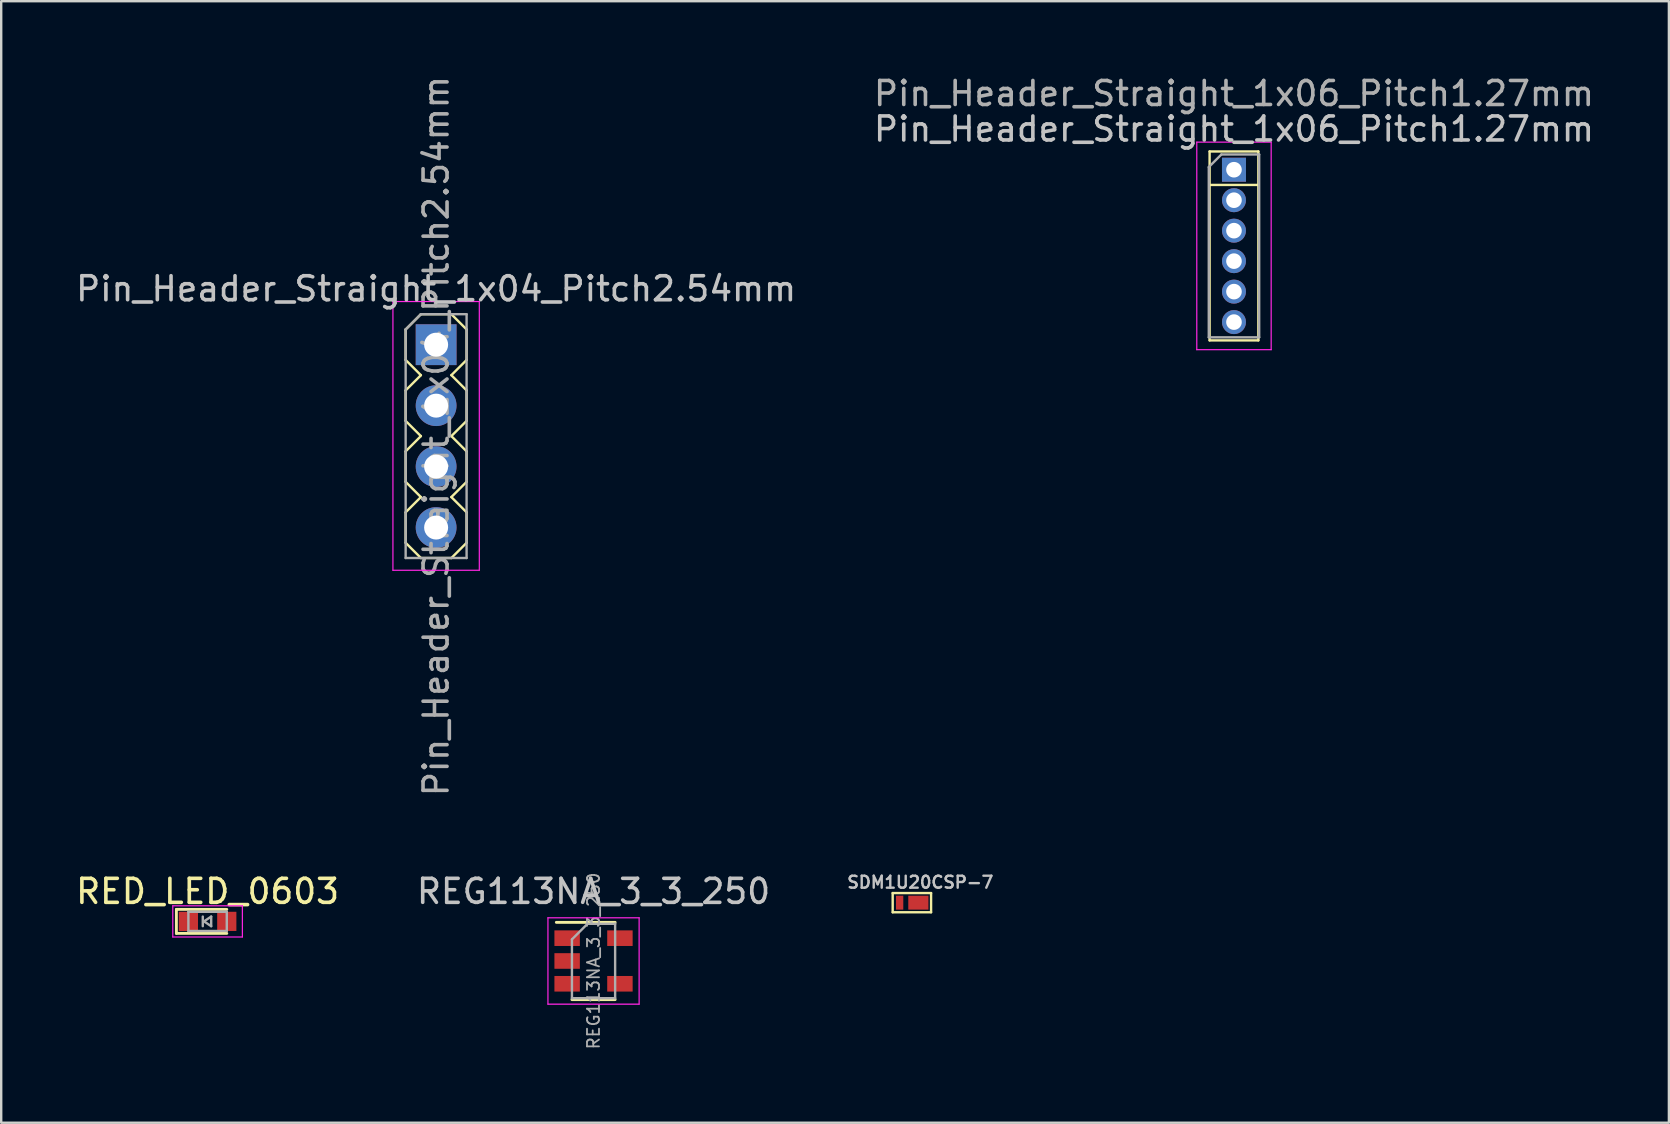
<source format=kicad_pcb>
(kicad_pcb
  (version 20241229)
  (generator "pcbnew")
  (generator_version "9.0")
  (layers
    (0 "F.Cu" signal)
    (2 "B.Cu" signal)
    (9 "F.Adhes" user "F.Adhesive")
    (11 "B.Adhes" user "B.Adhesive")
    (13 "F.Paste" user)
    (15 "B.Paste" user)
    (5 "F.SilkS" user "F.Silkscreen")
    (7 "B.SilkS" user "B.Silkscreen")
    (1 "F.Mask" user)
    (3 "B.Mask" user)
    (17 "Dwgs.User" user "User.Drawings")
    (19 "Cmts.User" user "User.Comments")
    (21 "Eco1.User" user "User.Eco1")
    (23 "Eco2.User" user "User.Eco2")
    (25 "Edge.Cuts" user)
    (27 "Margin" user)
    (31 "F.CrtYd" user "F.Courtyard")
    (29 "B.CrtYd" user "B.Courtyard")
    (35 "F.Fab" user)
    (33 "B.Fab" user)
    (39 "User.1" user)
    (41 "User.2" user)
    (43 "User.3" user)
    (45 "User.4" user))
  (footprint "SDM1U20CSP-7"
    (layer "F.Cu")
    (at 34.702 34.568)
    (property "Reference" "SDM1U20CSP-7" (at 0.6 -0.85 0) (layer "Dwgs.User") (effects (font (size 0.5 0.5) (thickness 0.1))))
    (attr through_hole)
    (fp_line (start -0.55 0.4) (end -0.55 -0.4) (stroke (width 0.1) (type solid)) (layer "F.SilkS"))
    (fp_line (start 1.05 -0.4) (end -0.55 -0.4) (stroke (width 0.1) (type solid)) (layer "F.SilkS"))
    (fp_line (start 1.05 -0.4) (end 1.05 0.4) (stroke (width 0.1) (type solid)) (layer "F.SilkS"))
    (fp_line (start 1.05 0.4) (end -0.55 0.4) (stroke (width 0.1) (type solid)) (layer "F.SilkS"))
    (pad "1" smd rect (at -0.26 0 90) (size 0.58 0.304) (layers "F.Cu" "F.Mask" "F.Paste"))
    (pad "2" smd rect (at 0.52 0 90) (size 0.58 0.84) (layers "F.Cu" "F.Mask" "F.Paste")))
  (footprint "REG113NA_3_3_250"
    (layer "F.Cu")
    (at 21.685 36.998)
    (property "Reference" "REG113NA_3_3_250" (at 0 -2.9 0) (layer "Dwgs.User") (effects (font (size 1 1) (thickness 0.15))))
    (attr smd)
    (fp_line (start -0.9 1.61) (end 0.9 1.61) (stroke (width 0.12) (type solid)) (layer "F.SilkS"))
    (fp_line (start 0.9 -1.61) (end -1.55 -1.61) (stroke (width 0.12) (type solid)) (layer "F.SilkS"))
    (fp_line (start -1.9 -1.8) (end 1.9 -1.8) (stroke (width 0.05) (type solid)) (layer "F.CrtYd"))
    (fp_line (start -1.9 1.8) (end -1.9 -1.8) (stroke (width 0.05) (type solid)) (layer "F.CrtYd"))
    (fp_line (start 1.9 -1.8) (end 1.9 1.8) (stroke (width 0.05) (type solid)) (layer "F.CrtYd"))
    (fp_line (start 1.9 1.8) (end -1.9 1.8) (stroke (width 0.05) (type solid)) (layer "F.CrtYd"))
    (fp_line (start -0.9 -0.9) (end -0.9 1.55) (stroke (width 0.1) (type solid)) (layer "F.Fab"))
    (fp_line (start -0.9 -0.9) (end -0.25 -1.55) (stroke (width 0.1) (type solid)) (layer "F.Fab"))
    (fp_line (start 0.9 -1.55) (end -0.25 -1.55) (stroke (width 0.1) (type solid)) (layer "F.Fab"))
    (fp_line (start 0.9 -1.55) (end 0.9 1.55) (stroke (width 0.1) (type solid)) (layer "F.Fab"))
    (fp_line (start 0.9 1.55) (end -0.9 1.55) (stroke (width 0.1) (type solid)) (layer "F.Fab"))
    (fp_text user "${REFERENCE}" (at 0 0 90) (layer "F.Fab") (effects (font (size 0.5 0.5) (thickness 0.075))))
    (pad "1" smd rect (at -1.1 -0.95) (size 1.06 0.65) (layers "F.Cu" "F.Mask" "F.Paste"))
    (pad "2" smd rect (at -1.1 0) (size 1.06 0.65) (layers "F.Cu" "F.Mask" "F.Paste"))
    (pad "3" smd rect (at -1.1 0.95) (size 1.06 0.65) (layers "F.Cu" "F.Mask" "F.Paste"))
    (pad "4" smd rect (at 1.1 0.95) (size 1.06 0.65) (layers "F.Cu" "F.Mask" "F.Paste"))
    (pad "5" smd rect (at 1.1 -0.95) (size 1.06 0.65) (layers "F.Cu" "F.Mask" "F.Paste")))
  (footprint "Pin_Header_Straight_1x04_Pitch2.54mm"
    (layer "F.Cu")
    (at 15.125 11.315)
    (property "Reference" "Pin_Header_Straight_1x04_Pitch2.54mm" (at 0 -2.33 0) (layer "Dwgs.User") (effects (font (size 1 1) (thickness 0.15))))
    (attr through_hole)
    (fp_line (start -1.27 -0.635) (end -1.27 0.635) (stroke (width 0.1) (type solid)) (layer "F.SilkS"))
    (fp_line (start -1.27 0.635) (end -0.635 1.27) (stroke (width 0.1) (type solid)) (layer "F.SilkS"))
    (fp_line (start -1.27 1.905) (end -0.635 1.27) (stroke (width 0.1) (type solid)) (layer "F.SilkS"))
    (fp_line (start -1.27 3.175) (end -1.27 1.905) (stroke (width 0.1) (type solid)) (layer "F.SilkS"))
    (fp_line (start -1.27 4.445) (end -0.635 3.81) (stroke (width 0.1) (type solid)) (layer "F.SilkS"))
    (fp_line (start -1.27 5.715) (end -1.27 4.445) (stroke (width 0.1) (type solid)) (layer "F.SilkS"))
    (fp_line (start -1.27 6.985) (end -0.635 6.35) (stroke (width 0.1) (type solid)) (layer "F.SilkS"))
    (fp_line (start -1.27 8.255) (end -1.27 6.985) (stroke (width 0.1) (type solid)) (layer "F.SilkS"))
    (fp_line (start -0.635 -1.27) (end -1.27 -0.635) (stroke (width 0.1) (type solid)) (layer "F.SilkS"))
    (fp_line (start -0.635 3.81) (end -1.27 3.175) (stroke (width 0.1) (type solid)) (layer "F.SilkS"))
    (fp_line (start -0.635 6.35) (end -1.27 5.715) (stroke (width 0.1) (type solid)) (layer "F.SilkS"))
    (fp_line (start -0.635 8.89) (end -1.27 8.255) (stroke (width 0.1) (type solid)) (layer "F.SilkS"))
    (fp_line (start 0.635 -1.27) (end -0.635 -1.27) (stroke (width 0.1) (type solid)) (layer "F.SilkS"))
    (fp_line (start 0.635 1.27) (end 1.27 0.635) (stroke (width 0.1) (type solid)) (layer "F.SilkS"))
    (fp_line (start 0.635 1.27) (end 1.27 1.905) (stroke (width 0.1) (type solid)) (layer "F.SilkS"))
    (fp_line (start 0.635 3.81) (end 1.27 4.445) (stroke (width 0.1) (type solid)) (layer "F.SilkS"))
    (fp_line (start 0.635 6.35) (end 1.27 6.985) (stroke (width 0.1) (type solid)) (layer "F.SilkS"))
    (fp_line (start 0.635 8.89) (end -0.635 8.89) (stroke (width 0.1) (type solid)) (layer "F.SilkS"))
    (fp_line (start 1.27 -0.635) (end 0.635 -1.27) (stroke (width 0.1) (type solid)) (layer "F.SilkS"))
    (fp_line (start 1.27 0.635) (end 1.27 -0.635) (stroke (width 0.1) (type solid)) (layer "F.SilkS"))
    (fp_line (start 1.27 1.905) (end 1.27 3.175) (stroke (width 0.1) (type solid)) (layer "F.SilkS"))
    (fp_line (start 1.27 3.175) (end 0.635 3.81) (stroke (width 0.1) (type solid)) (layer "F.SilkS"))
    (fp_line (start 1.27 4.445) (end 1.27 5.715) (stroke (width 0.1) (type solid)) (layer "F.SilkS"))
    (fp_line (start 1.27 5.715) (end 0.635 6.35) (stroke (width 0.1) (type solid)) (layer "F.SilkS"))
    (fp_line (start 1.27 6.985) (end 1.27 8.255) (stroke (width 0.1) (type solid)) (layer "F.SilkS"))
    (fp_line (start 1.27 8.255) (end 0.635 8.89) (stroke (width 0.1) (type solid)) (layer "F.SilkS"))
    (fp_line (start -1.8 -1.8) (end -1.8 9.4) (stroke (width 0.05) (type solid)) (layer "F.CrtYd"))
    (fp_line (start -1.8 9.4) (end 1.8 9.4) (stroke (width 0.05) (type solid)) (layer "F.CrtYd"))
    (fp_line (start 1.8 -1.8) (end -1.8 -1.8) (stroke (width 0.05) (type solid)) (layer "F.CrtYd"))
    (fp_line (start 1.8 9.4) (end 1.8 -1.8) (stroke (width 0.05) (type solid)) (layer "F.CrtYd"))
    (fp_line (start -1.27 -0.635) (end -0.635 -1.27) (stroke (width 0.1) (type solid)) (layer "F.Fab"))
    (fp_line (start -1.27 8.89) (end -1.27 -0.635) (stroke (width 0.1) (type solid)) (layer "F.Fab"))
    (fp_line (start -0.635 -1.27) (end 1.27 -1.27) (stroke (width 0.1) (type solid)) (layer "F.Fab"))
    (fp_line (start 1.27 -1.27) (end 1.27 8.89) (stroke (width 0.1) (type solid)) (layer "F.Fab"))
    (fp_line (start 1.27 8.89) (end -1.27 8.89) (stroke (width 0.1) (type solid)) (layer "F.Fab"))
    (fp_text user "${REFERENCE}" (at 0 3.81 90) (layer "F.Fab") (effects (font (size 1 1) (thickness 0.15))))
    (pad "1" thru_hole rect (at 0 0) (size 1.7 1.7) (drill 1) (layers "*.Cu" "*.Mask"))
    (pad "2" thru_hole oval (at 0 2.54) (size 1.7 1.7) (drill 1) (layers "*.Cu" "*.Mask"))
    (pad "3" thru_hole oval (at 0 5.08) (size 1.7 1.7) (drill 1) (layers "*.Cu" "*.Mask"))
    (pad "4" thru_hole oval (at 0 7.62) (size 1.7 1.7) (drill 1) (layers "*.Cu" "*.Mask")))
  (footprint "Pin_Header_Straight_1x06_Pitch1.27mm"
    (layer "F.Cu")
    (at 48.375 4.023)
    (property "Reference" "Pin_Header_Straight_1x06_Pitch1.27mm" (at 0 -1.695 0) (layer "Dwgs.User") (effects (font (size 1 1) (thickness 0.15))))
    (attr through_hole)
    (fp_line (start -1.016 -0.762) (end 1.016 -0.762) (stroke (width 0.1) (type solid)) (layer "F.SilkS"))
    (fp_line (start -1.016 0.635) (end 1.016 0.635) (stroke (width 0.1) (type solid)) (layer "F.SilkS"))
    (fp_line (start -1.016 7.112) (end -1.016 -0.762) (stroke (width 0.1) (type solid)) (layer "F.SilkS"))
    (fp_line (start 1.016 -0.762) (end 1.016 7.112) (stroke (width 0.1) (type solid)) (layer "F.SilkS"))
    (fp_line (start 1.016 7.112) (end -1.016 7.112) (stroke (width 0.1) (type solid)) (layer "F.SilkS"))
    (fp_line (start -1.55 -1.15) (end -1.55 7.5) (stroke (width 0.05) (type solid)) (layer "F.CrtYd"))
    (fp_line (start -1.55 7.5) (end 1.55 7.5) (stroke (width 0.05) (type solid)) (layer "F.CrtYd"))
    (fp_line (start 1.55 -1.15) (end -1.55 -1.15) (stroke (width 0.05) (type solid)) (layer "F.CrtYd"))
    (fp_line (start 1.55 7.5) (end 1.55 -1.15) (stroke (width 0.05) (type solid)) (layer "F.CrtYd"))
    (fp_line (start -1.05 -0.11) (end -0.525 -0.635) (stroke (width 0.1) (type solid)) (layer "F.Fab"))
    (fp_line (start -1.05 6.985) (end -1.05 -0.11) (stroke (width 0.1) (type solid)) (layer "F.Fab"))
    (fp_line (start -0.525 -0.635) (end 1.05 -0.635) (stroke (width 0.1) (type solid)) (layer "F.Fab"))
    (fp_line (start 1.05 -0.635) (end 1.05 6.985) (stroke (width 0.1) (type solid)) (layer "F.Fab"))
    (fp_line (start 1.05 6.985) (end -1.05 6.985) (stroke (width 0.1) (type solid)) (layer "F.Fab"))
    (fp_text user "${REFERENCE}" (at 0 -3.175 180) (layer "F.Fab") (effects (font (size 1 1) (thickness 0.15))))
    (pad "1" thru_hole rect (at 0 0) (size 1 1) (drill 0.65) (layers "*.Cu" "*.Mask"))
    (pad "2" thru_hole oval (at 0 1.27) (size 1 1) (drill 0.65) (layers "*.Cu" "*.Mask"))
    (pad "3" thru_hole oval (at 0 2.54) (size 1 1) (drill 0.65) (layers "*.Cu" "*.Mask"))
    (pad "4" thru_hole oval (at 0 3.81) (size 1 1) (drill 0.65) (layers "*.Cu" "*.Mask"))
    (pad "5" thru_hole oval (at 0 5.08) (size 1 1) (drill 0.65) (layers "*.Cu" "*.Mask"))
    (pad "6" thru_hole oval (at 0 6.35) (size 1 1) (drill 0.65) (layers "*.Cu" "*.Mask")))
  (footprint "RED_LED_0603"
    (layer "F.Cu")
    (at 5.601 35.348)
    (property "Reference" "RED_LED_0603" (at 0 -1.25 0) (layer "F.SilkS") (effects (font (size 1 1) (thickness 0.15))))
    (attr smd)
    (fp_line (start -1.3 -0.5) (end -1.3 0.5) (stroke (width 0.12) (type solid)) (layer "F.SilkS"))
    (fp_line (start -1.3 -0.5) (end 0.8 -0.5) (stroke (width 0.12) (type solid)) (layer "F.SilkS"))
    (fp_line (start -1.3 0.5) (end 0.8 0.5) (stroke (width 0.12) (type solid)) (layer "F.SilkS"))
    (fp_line (start -1.45 -0.65) (end 1.45 -0.65) (stroke (width 0.05) (type solid)) (layer "F.CrtYd"))
    (fp_line (start -1.45 0.65) (end -1.45 -0.65) (stroke (width 0.05) (type solid)) (layer "F.CrtYd"))
    (fp_line (start 1.45 -0.65) (end 1.45 0.65) (stroke (width 0.05) (type solid)) (layer "F.CrtYd"))
    (fp_line (start 1.45 0.65) (end -1.45 0.65) (stroke (width 0.05) (type solid)) (layer "F.CrtYd"))
    (fp_line (start -0.8 -0.4) (end 0.8 -0.4) (stroke (width 0.1) (type solid)) (layer "F.Fab"))
    (fp_line (start -0.8 0.4) (end -0.8 -0.4) (stroke (width 0.1) (type solid)) (layer "F.Fab"))
    (fp_line (start -0.2 -0.2) (end -0.2 0.2) (stroke (width 0.1) (type solid)) (layer "F.Fab"))
    (fp_line (start -0.15 0) (end 0.15 -0.2) (stroke (width 0.1) (type solid)) (layer "F.Fab"))
    (fp_line (start 0.15 -0.2) (end 0.15 0.2) (stroke (width 0.1) (type solid)) (layer "F.Fab"))
    (fp_line (start 0.15 0.2) (end -0.15 0) (stroke (width 0.1) (type solid)) (layer "F.Fab"))
    (fp_line (start 0.8 -0.4) (end 0.8 0.4) (stroke (width 0.1) (type solid)) (layer "F.Fab"))
    (fp_line (start 0.8 0.4) (end -0.8 0.4) (stroke (width 0.1) (type solid)) (layer "F.Fab"))
    (pad "1" smd rect (at -0.8 0 180) (size 0.8 0.8) (layers "F.Cu" "F.Mask" "F.Paste"))
    (pad "2" smd rect (at 0.8 0 180) (size 0.8 0.8) (layers "F.Cu" "F.Mask" "F.Paste")))
  (gr_rect
    (start -3 -3)
    (end 66.5 43.739)
    (stroke (width 0.1) (type default))
    (fill no)
    (layer "Edge.Cuts")))
</source>
